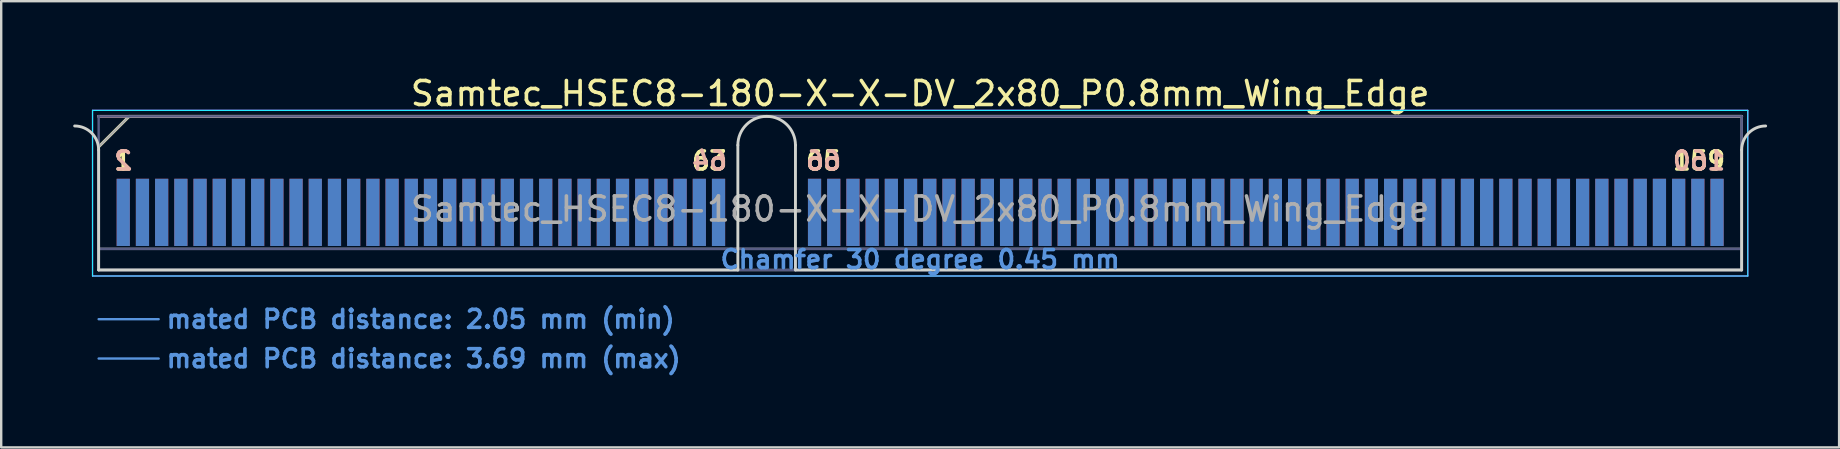
<source format=kicad_pcb>
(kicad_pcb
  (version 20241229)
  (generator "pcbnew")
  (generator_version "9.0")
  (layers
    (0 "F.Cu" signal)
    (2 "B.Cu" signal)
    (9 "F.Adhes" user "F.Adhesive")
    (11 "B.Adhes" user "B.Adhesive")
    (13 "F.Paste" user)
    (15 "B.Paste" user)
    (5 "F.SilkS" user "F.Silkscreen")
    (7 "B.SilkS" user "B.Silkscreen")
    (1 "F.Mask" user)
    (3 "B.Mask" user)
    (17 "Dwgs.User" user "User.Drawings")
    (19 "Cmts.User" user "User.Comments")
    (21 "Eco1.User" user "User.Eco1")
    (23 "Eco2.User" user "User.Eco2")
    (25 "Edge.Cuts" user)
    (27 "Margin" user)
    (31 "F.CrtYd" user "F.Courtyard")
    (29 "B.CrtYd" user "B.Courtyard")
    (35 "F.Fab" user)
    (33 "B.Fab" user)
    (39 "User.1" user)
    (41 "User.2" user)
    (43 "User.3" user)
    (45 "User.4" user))
  (footprint "Samtec_HSEC8-180-X-X-DV_2x80_P0.8mm_Wing_Edge"
    (layer "F.Cu")
    (at 35.285 8.198)
    (property "Reference" "Samtec_HSEC8-180-X-X-DV_2x80_P0.8mm_Wing_Edge" (at 0 -7.35 0) (layer "F.SilkS") (effects (font (size 1 1) (thickness 0.15))))
    (attr exclude_from_pos_files exclude_from_bom)
    (fp_line (start -34.225 -5.13) (end -32.955 -6.4) (stroke (width 0.12) (type solid)) (layer "F.SilkS"))
    (fp_line (start -32.955 -6.4) (end 34.225 -6.4) (stroke (width 0.12) (type solid)) (layer "F.SilkS"))
    (fp_line (start -34.225 -6.4) (end -34.225 -6.4) (stroke (width 0.12) (type solid)) (layer "B.SilkS"))
    (fp_line (start -34.225 -6.4) (end 34.225 -6.4) (stroke (width 0.12) (type solid)) (layer "B.SilkS"))
    (fp_line (start -34.225 2.05) (end -31.725 2.05) (stroke (width 0.1) (type solid)) (layer "Cmts.User"))
    (fp_line (start -34.225 3.69) (end -31.725 3.69) (stroke (width 0.1) (type solid)) (layer "Cmts.User"))
    (fp_line (start -34.225 -5) (end -34.225 0) (stroke (width 0.12) (type solid)) (layer "Edge.Cuts"))
    (fp_line (start -34.225 0) (end -7.595 0) (stroke (width 0.12) (type solid)) (layer "Edge.Cuts"))
    (fp_line (start -7.595 0) (end -7.595 -5.2) (stroke (width 0.12) (type solid)) (layer "Edge.Cuts"))
    (fp_line (start -5.195 -5.2) (end -5.195 0) (stroke (width 0.12) (type solid)) (layer "Edge.Cuts"))
    (fp_line (start -5.195 0) (end 34.225 0) (stroke (width 0.12) (type solid)) (layer "Edge.Cuts"))
    (fp_line (start 34.225 0) (end 34.225 -5) (stroke (width 0.12) (type solid)) (layer "Edge.Cuts"))
    (fp_arc (start -35.225 -6) (mid -34.517893 -5.707107) (end -34.225 -5) (stroke (width 0.12) (type solid)) (layer "Edge.Cuts"))
    (fp_arc (start -7.595 -5.2) (mid -6.395 -6.4) (end -5.195 -5.2) (stroke (width 0.12) (type solid)) (layer "Edge.Cuts"))
    (fp_arc (start 34.225 -5) (mid 34.517893 -5.707107) (end 35.225 -6) (stroke (width 0.12) (type solid)) (layer "Edge.Cuts"))
    (fp_line (start -34.48 -6.65) (end -34.48 0.25) (stroke (width 0.05) (type solid)) (layer "B.CrtYd"))
    (fp_line (start -34.48 0.25) (end 34.48 0.25) (stroke (width 0.05) (type solid)) (layer "B.CrtYd"))
    (fp_line (start 34.48 -6.65) (end -34.48 -6.65) (stroke (width 0.05) (type solid)) (layer "B.CrtYd"))
    (fp_line (start 34.48 0.25) (end 34.48 -6.65) (stroke (width 0.05) (type solid)) (layer "B.CrtYd"))
    (fp_line (start -34.48 -6.65) (end -34.48 0.25) (stroke (width 0.05) (type solid)) (layer "F.CrtYd"))
    (fp_line (start -34.48 0.25) (end 34.48 0.25) (stroke (width 0.05) (type solid)) (layer "F.CrtYd"))
    (fp_line (start 34.48 -6.65) (end -34.48 -6.65) (stroke (width 0.05) (type solid)) (layer "F.CrtYd"))
    (fp_line (start 34.48 0.25) (end 34.48 -6.65) (stroke (width 0.05) (type solid)) (layer "F.CrtYd"))
    (fp_line (start -34.225 -6.4) (end -34.225 -6.4) (stroke (width 0.1) (type solid)) (layer "B.Fab"))
    (fp_line (start -34.225 -6.4) (end -34.225 0) (stroke (width 0.1) (type solid)) (layer "B.Fab"))
    (fp_line (start -34.225 -6.4) (end 34.225 -6.4) (stroke (width 0.1) (type solid)) (layer "B.Fab"))
    (fp_line (start -34.225 -0.88) (end 34.225 -0.88) (stroke (width 0.1) (type solid)) (layer "B.Fab"))
    (fp_line (start -34.225 0) (end 34.225 0) (stroke (width 0.1) (type solid)) (layer "B.Fab"))
    (fp_line (start 34.225 -6.4) (end 34.225 0) (stroke (width 0.1) (type solid)) (layer "B.Fab"))
    (fp_line (start -34.225 -5.13) (end -34.225 0) (stroke (width 0.1) (type solid)) (layer "F.Fab"))
    (fp_line (start -34.225 -5.13) (end -32.955 -6.4) (stroke (width 0.1) (type solid)) (layer "F.Fab"))
    (fp_line (start -34.225 -0.88) (end 34.225 -0.88) (stroke (width 0.1) (type solid)) (layer "F.Fab"))
    (fp_line (start -34.225 0) (end 34.225 0) (stroke (width 0.1) (type solid)) (layer "F.Fab"))
    (fp_line (start -32.955 -6.4) (end 34.225 -6.4) (stroke (width 0.1) (type solid)) (layer "F.Fab"))
    (fp_line (start 34.225 -6.4) (end 34.225 0) (stroke (width 0.1) (type solid)) (layer "F.Fab"))
    (fp_text user "159" (at 32.45 -4.55 0) (layer "F.SilkS") (effects (font (size 0.75 0.75) (thickness 0.15))))
    (fp_text user "65" (at -4.025 -4.55 0) (layer "F.SilkS") (effects (font (size 0.75 0.75) (thickness 0.15))))
    (fp_text user "63" (at -8.775 -4.55 0) (layer "F.SilkS") (effects (font (size 0.75 0.75) (thickness 0.15))))
    (fp_text user "1" (at -33.2 -4.55 0) (layer "F.SilkS") (effects (font (size 0.75 0.75) (thickness 0.15))))
    (fp_text user "2" (at -33.2 -4.55 0) (layer "B.SilkS") (effects (font (size 0.75 0.75) (thickness 0.15)) (justify mirror)))
    (fp_text user "160" (at 32.45 -4.55 0) (layer "B.SilkS") (effects (font (size 0.75 0.75) (thickness 0.15)) (justify mirror)))
    (fp_text user "64" (at -8.775 -4.55 0) (layer "B.SilkS") (effects (font (size 0.75 0.75) (thickness 0.15)) (justify mirror)))
    (fp_text user "66" (at -4.025 -4.55 0) (layer "B.SilkS") (effects (font (size 0.75 0.75) (thickness 0.15)) (justify mirror)))
    (fp_text user "mated PCB distance: 2.05 mm (min)" (at -31.48 2.05 0) (layer "Cmts.User") (effects (font (size 0.75 0.75) (thickness 0.15)) (justify left)))
    (fp_text user "mated PCB distance: 3.69 mm (max)" (at -31.48 3.69 0) (layer "Cmts.User") (effects (font (size 0.75 0.75) (thickness 0.15)) (justify left)))
    (fp_text user "Chamfer 30 degree 0.45 mm" (at 0 -0.44 0) (layer "Cmts.User") (effects (font (size 0.75 0.75) (thickness 0.15))))
    (fp_text user "${REFERENCE}" (at 0 -2.54 0) (layer "F.Fab") (effects (font (size 1 1) (thickness 0.15))))
    (pad "1" connect rect (at -33.2 -2.4) (size 0.55 2.8) (layers "F.Cu" "F.Mask"))
    (pad "2" connect rect (at -33.2 -2.4) (size 0.55 2.8) (layers "B.Cu" "B.Mask"))
    (pad "3" connect rect (at -32.4 -2.4) (size 0.55 2.8) (layers "F.Cu" "F.Mask"))
    (pad "4" connect rect (at -32.4 -2.4) (size 0.55 2.8) (layers "B.Cu" "B.Mask"))
    (pad "5" connect rect (at -31.6 -2.4) (size 0.55 2.8) (layers "F.Cu" "F.Mask"))
    (pad "6" connect rect (at -31.6 -2.4) (size 0.55 2.8) (layers "B.Cu" "B.Mask"))
    (pad "7" connect rect (at -30.8 -2.4) (size 0.55 2.8) (layers "F.Cu" "F.Mask"))
    (pad "8" connect rect (at -30.8 -2.4) (size 0.55 2.8) (layers "B.Cu" "B.Mask"))
    (pad "9" connect rect (at -30 -2.4) (size 0.55 2.8) (layers "F.Cu" "F.Mask"))
    (pad "10" connect rect (at -30 -2.4) (size 0.55 2.8) (layers "B.Cu" "B.Mask"))
    (pad "11" connect rect (at -29.2 -2.4) (size 0.55 2.8) (layers "F.Cu" "F.Mask"))
    (pad "12" connect rect (at -29.2 -2.4) (size 0.55 2.8) (layers "B.Cu" "B.Mask"))
    (pad "13" connect rect (at -28.4 -2.4) (size 0.55 2.8) (layers "F.Cu" "F.Mask"))
    (pad "14" connect rect (at -28.4 -2.4) (size 0.55 2.8) (layers "B.Cu" "B.Mask"))
    (pad "15" connect rect (at -27.6 -2.4) (size 0.55 2.8) (layers "F.Cu" "F.Mask"))
    (pad "16" connect rect (at -27.6 -2.4) (size 0.55 2.8) (layers "B.Cu" "B.Mask"))
    (pad "17" connect rect (at -26.8 -2.4) (size 0.55 2.8) (layers "F.Cu" "F.Mask"))
    (pad "18" connect rect (at -26.8 -2.4) (size 0.55 2.8) (layers "B.Cu" "B.Mask"))
    (pad "19" connect rect (at -26 -2.4) (size 0.55 2.8) (layers "F.Cu" "F.Mask"))
    (pad "20" connect rect (at -26 -2.4) (size 0.55 2.8) (layers "B.Cu" "B.Mask"))
    (pad "21" connect rect (at -25.2 -2.4) (size 0.55 2.8) (layers "F.Cu" "F.Mask"))
    (pad "22" connect rect (at -25.2 -2.4) (size 0.55 2.8) (layers "B.Cu" "B.Mask"))
    (pad "23" connect rect (at -24.4 -2.4) (size 0.55 2.8) (layers "F.Cu" "F.Mask"))
    (pad "24" connect rect (at -24.4 -2.4) (size 0.55 2.8) (layers "B.Cu" "B.Mask"))
    (pad "25" connect rect (at -23.6 -2.4) (size 0.55 2.8) (layers "F.Cu" "F.Mask"))
    (pad "26" connect rect (at -23.6 -2.4) (size 0.55 2.8) (layers "B.Cu" "B.Mask"))
    (pad "27" connect rect (at -22.8 -2.4) (size 0.55 2.8) (layers "F.Cu" "F.Mask"))
    (pad "28" connect rect (at -22.8 -2.4) (size 0.55 2.8) (layers "B.Cu" "B.Mask"))
    (pad "29" connect rect (at -22 -2.4) (size 0.55 2.8) (layers "F.Cu" "F.Mask"))
    (pad "30" connect rect (at -22 -2.4) (size 0.55 2.8) (layers "B.Cu" "B.Mask"))
    (pad "31" connect rect (at -21.2 -2.4) (size 0.55 2.8) (layers "F.Cu" "F.Mask"))
    (pad "32" connect rect (at -21.2 -2.4) (size 0.55 2.8) (layers "B.Cu" "B.Mask"))
    (pad "33" connect rect (at -20.4 -2.4) (size 0.55 2.8) (layers "F.Cu" "F.Mask"))
    (pad "34" connect rect (at -20.4 -2.4) (size 0.55 2.8) (layers "B.Cu" "B.Mask"))
    (pad "35" connect rect (at -19.6 -2.4) (size 0.55 2.8) (layers "F.Cu" "F.Mask"))
    (pad "36" connect rect (at -19.6 -2.4) (size 0.55 2.8) (layers "B.Cu" "B.Mask"))
    (pad "37" connect rect (at -18.8 -2.4) (size 0.55 2.8) (layers "F.Cu" "F.Mask"))
    (pad "38" connect rect (at -18.8 -2.4) (size 0.55 2.8) (layers "B.Cu" "B.Mask"))
    (pad "39" connect rect (at -18 -2.4) (size 0.55 2.8) (layers "F.Cu" "F.Mask"))
    (pad "40" connect rect (at -18 -2.4) (size 0.55 2.8) (layers "B.Cu" "B.Mask"))
    (pad "41" connect rect (at -17.2 -2.4) (size 0.55 2.8) (layers "F.Cu" "F.Mask"))
    (pad "42" connect rect (at -17.2 -2.4) (size 0.55 2.8) (layers "B.Cu" "B.Mask"))
    (pad "43" connect rect (at -16.4 -2.4) (size 0.55 2.8) (layers "F.Cu" "F.Mask"))
    (pad "44" connect rect (at -16.4 -2.4) (size 0.55 2.8) (layers "B.Cu" "B.Mask"))
    (pad "45" connect rect (at -15.6 -2.4) (size 0.55 2.8) (layers "F.Cu" "F.Mask"))
    (pad "46" connect rect (at -15.6 -2.4) (size 0.55 2.8) (layers "B.Cu" "B.Mask"))
    (pad "47" connect rect (at -14.8 -2.4) (size 0.55 2.8) (layers "F.Cu" "F.Mask"))
    (pad "48" connect rect (at -14.8 -2.4) (size 0.55 2.8) (layers "B.Cu" "B.Mask"))
    (pad "49" connect rect (at -14 -2.4) (size 0.55 2.8) (layers "F.Cu" "F.Mask"))
    (pad "50" connect rect (at -14 -2.4) (size 0.55 2.8) (layers "B.Cu" "B.Mask"))
    (pad "51" connect rect (at -13.2 -2.4) (size 0.55 2.8) (layers "F.Cu" "F.Mask"))
    (pad "52" connect rect (at -13.2 -2.4) (size 0.55 2.8) (layers "B.Cu" "B.Mask"))
    (pad "53" connect rect (at -12.4 -2.4) (size 0.55 2.8) (layers "F.Cu" "F.Mask"))
    (pad "54" connect rect (at -12.4 -2.4) (size 0.55 2.8) (layers "B.Cu" "B.Mask"))
    (pad "55" connect rect (at -11.6 -2.4) (size 0.55 2.8) (layers "F.Cu" "F.Mask"))
    (pad "56" connect rect (at -11.6 -2.4) (size 0.55 2.8) (layers "B.Cu" "B.Mask"))
    (pad "57" connect rect (at -10.8 -2.4) (size 0.55 2.8) (layers "F.Cu" "F.Mask"))
    (pad "58" connect rect (at -10.8 -2.4) (size 0.55 2.8) (layers "B.Cu" "B.Mask"))
    (pad "59" connect rect (at -10 -2.4) (size 0.55 2.8) (layers "F.Cu" "F.Mask"))
    (pad "60" connect rect (at -10 -2.4) (size 0.55 2.8) (layers "B.Cu" "B.Mask"))
    (pad "61" connect rect (at -9.2 -2.4) (size 0.55 2.8) (layers "F.Cu" "F.Mask"))
    (pad "62" connect rect (at -9.2 -2.4) (size 0.55 2.8) (layers "B.Cu" "B.Mask"))
    (pad "63" connect rect (at -8.4 -2.4) (size 0.55 2.8) (layers "F.Cu" "F.Mask"))
    (pad "64" connect rect (at -8.4 -2.4) (size 0.55 2.8) (layers "B.Cu" "B.Mask"))
    (pad "65" connect rect (at -4.4 -2.4) (size 0.55 2.8) (layers "F.Cu" "F.Mask"))
    (pad "66" connect rect (at -4.4 -2.4) (size 0.55 2.8) (layers "B.Cu" "B.Mask"))
    (pad "67" connect rect (at -3.6 -2.4) (size 0.55 2.8) (layers "F.Cu" "F.Mask"))
    (pad "68" connect rect (at -3.6 -2.4) (size 0.55 2.8) (layers "B.Cu" "B.Mask"))
    (pad "69" connect rect (at -2.8 -2.4) (size 0.55 2.8) (layers "F.Cu" "F.Mask"))
    (pad "70" connect rect (at -2.8 -2.4) (size 0.55 2.8) (layers "B.Cu" "B.Mask"))
    (pad "71" connect rect (at -2 -2.4) (size 0.55 2.8) (layers "F.Cu" "F.Mask"))
    (pad "72" connect rect (at -2 -2.4) (size 0.55 2.8) (layers "B.Cu" "B.Mask"))
    (pad "73" connect rect (at -1.2 -2.4) (size 0.55 2.8) (layers "F.Cu" "F.Mask"))
    (pad "74" connect rect (at -1.2 -2.4) (size 0.55 2.8) (layers "B.Cu" "B.Mask"))
    (pad "75" connect rect (at -0.4 -2.4) (size 0.55 2.8) (layers "F.Cu" "F.Mask"))
    (pad "76" connect rect (at -0.4 -2.4) (size 0.55 2.8) (layers "B.Cu" "B.Mask"))
    (pad "77" connect rect (at 0.4 -2.4) (size 0.55 2.8) (layers "F.Cu" "F.Mask"))
    (pad "78" connect rect (at 0.4 -2.4) (size 0.55 2.8) (layers "B.Cu" "B.Mask"))
    (pad "79" connect rect (at 1.2 -2.4) (size 0.55 2.8) (layers "F.Cu" "F.Mask"))
    (pad "80" connect rect (at 1.2 -2.4) (size 0.55 2.8) (layers "B.Cu" "B.Mask"))
    (pad "81" connect rect (at 2 -2.4) (size 0.55 2.8) (layers "F.Cu" "F.Mask"))
    (pad "82" connect rect (at 2 -2.4) (size 0.55 2.8) (layers "B.Cu" "B.Mask"))
    (pad "83" connect rect (at 2.8 -2.4) (size 0.55 2.8) (layers "F.Cu" "F.Mask"))
    (pad "84" connect rect (at 2.8 -2.4) (size 0.55 2.8) (layers "B.Cu" "B.Mask"))
    (pad "85" connect rect (at 3.6 -2.4) (size 0.55 2.8) (layers "F.Cu" "F.Mask"))
    (pad "86" connect rect (at 3.6 -2.4) (size 0.55 2.8) (layers "B.Cu" "B.Mask"))
    (pad "87" connect rect (at 4.4 -2.4) (size 0.55 2.8) (layers "F.Cu" "F.Mask"))
    (pad "88" connect rect (at 4.4 -2.4) (size 0.55 2.8) (layers "B.Cu" "B.Mask"))
    (pad "89" connect rect (at 5.2 -2.4) (size 0.55 2.8) (layers "F.Cu" "F.Mask"))
    (pad "90" connect rect (at 5.2 -2.4) (size 0.55 2.8) (layers "B.Cu" "B.Mask"))
    (pad "91" connect rect (at 6 -2.4) (size 0.55 2.8) (layers "F.Cu" "F.Mask"))
    (pad "92" connect rect (at 6 -2.4) (size 0.55 2.8) (layers "B.Cu" "B.Mask"))
    (pad "93" connect rect (at 6.8 -2.4) (size 0.55 2.8) (layers "F.Cu" "F.Mask"))
    (pad "94" connect rect (at 6.8 -2.4) (size 0.55 2.8) (layers "B.Cu" "B.Mask"))
    (pad "95" connect rect (at 7.6 -2.4) (size 0.55 2.8) (layers "F.Cu" "F.Mask"))
    (pad "96" connect rect (at 7.6 -2.4) (size 0.55 2.8) (layers "B.Cu" "B.Mask"))
    (pad "97" connect rect (at 8.4 -2.4) (size 0.55 2.8) (layers "F.Cu" "F.Mask"))
    (pad "98" connect rect (at 8.4 -2.4) (size 0.55 2.8) (layers "B.Cu" "B.Mask"))
    (pad "99" connect rect (at 9.2 -2.4) (size 0.55 2.8) (layers "F.Cu" "F.Mask"))
    (pad "100" connect rect (at 9.2 -2.4) (size 0.55 2.8) (layers "B.Cu" "B.Mask"))
    (pad "101" connect rect (at 10 -2.4) (size 0.55 2.8) (layers "F.Cu" "F.Mask"))
    (pad "102" connect rect (at 10 -2.4) (size 0.55 2.8) (layers "B.Cu" "B.Mask"))
    (pad "103" connect rect (at 10.8 -2.4) (size 0.55 2.8) (layers "F.Cu" "F.Mask"))
    (pad "104" connect rect (at 10.8 -2.4) (size 0.55 2.8) (layers "B.Cu" "B.Mask"))
    (pad "105" connect rect (at 11.6 -2.4) (size 0.55 2.8) (layers "F.Cu" "F.Mask"))
    (pad "106" connect rect (at 11.6 -2.4) (size 0.55 2.8) (layers "B.Cu" "B.Mask"))
    (pad "107" connect rect (at 12.4 -2.4) (size 0.55 2.8) (layers "F.Cu" "F.Mask"))
    (pad "108" connect rect (at 12.4 -2.4) (size 0.55 2.8) (layers "B.Cu" "B.Mask"))
    (pad "109" connect rect (at 13.2 -2.4) (size 0.55 2.8) (layers "F.Cu" "F.Mask"))
    (pad "110" connect rect (at 13.2 -2.4) (size 0.55 2.8) (layers "B.Cu" "B.Mask"))
    (pad "111" connect rect (at 14 -2.4) (size 0.55 2.8) (layers "F.Cu" "F.Mask"))
    (pad "112" connect rect (at 14 -2.4) (size 0.55 2.8) (layers "B.Cu" "B.Mask"))
    (pad "113" connect rect (at 14.8 -2.4) (size 0.55 2.8) (layers "F.Cu" "F.Mask"))
    (pad "114" connect rect (at 14.8 -2.4) (size 0.55 2.8) (layers "B.Cu" "B.Mask"))
    (pad "115" connect rect (at 15.6 -2.4) (size 0.55 2.8) (layers "F.Cu" "F.Mask"))
    (pad "116" connect rect (at 15.6 -2.4) (size 0.55 2.8) (layers "B.Cu" "B.Mask"))
    (pad "117" connect rect (at 16.4 -2.4) (size 0.55 2.8) (layers "F.Cu" "F.Mask"))
    (pad "118" connect rect (at 16.4 -2.4) (size 0.55 2.8) (layers "B.Cu" "B.Mask"))
    (pad "119" connect rect (at 17.2 -2.4) (size 0.55 2.8) (layers "F.Cu" "F.Mask"))
    (pad "120" connect rect (at 17.2 -2.4) (size 0.55 2.8) (layers "B.Cu" "B.Mask"))
    (pad "121" connect rect (at 18 -2.4) (size 0.55 2.8) (layers "F.Cu" "F.Mask"))
    (pad "122" connect rect (at 18 -2.4) (size 0.55 2.8) (layers "B.Cu" "B.Mask"))
    (pad "123" connect rect (at 18.8 -2.4) (size 0.55 2.8) (layers "F.Cu" "F.Mask"))
    (pad "124" connect rect (at 18.8 -2.4) (size 0.55 2.8) (layers "B.Cu" "B.Mask"))
    (pad "125" connect rect (at 19.6 -2.4) (size 0.55 2.8) (layers "F.Cu" "F.Mask"))
    (pad "126" connect rect (at 19.6 -2.4) (size 0.55 2.8) (layers "B.Cu" "B.Mask"))
    (pad "127" connect rect (at 20.4 -2.4) (size 0.55 2.8) (layers "F.Cu" "F.Mask"))
    (pad "128" connect rect (at 20.4 -2.4) (size 0.55 2.8) (layers "B.Cu" "B.Mask"))
    (pad "129" connect rect (at 21.2 -2.4) (size 0.55 2.8) (layers "F.Cu" "F.Mask"))
    (pad "130" connect rect (at 21.2 -2.4) (size 0.55 2.8) (layers "B.Cu" "B.Mask"))
    (pad "131" connect rect (at 22 -2.4) (size 0.55 2.8) (layers "F.Cu" "F.Mask"))
    (pad "132" connect rect (at 22 -2.4) (size 0.55 2.8) (layers "B.Cu" "B.Mask"))
    (pad "133" connect rect (at 22.8 -2.4) (size 0.55 2.8) (layers "F.Cu" "F.Mask"))
    (pad "134" connect rect (at 22.8 -2.4) (size 0.55 2.8) (layers "B.Cu" "B.Mask"))
    (pad "135" connect rect (at 23.6 -2.4) (size 0.55 2.8) (layers "F.Cu" "F.Mask"))
    (pad "136" connect rect (at 23.6 -2.4) (size 0.55 2.8) (layers "B.Cu" "B.Mask"))
    (pad "137" connect rect (at 24.4 -2.4) (size 0.55 2.8) (layers "F.Cu" "F.Mask"))
    (pad "138" connect rect (at 24.4 -2.4) (size 0.55 2.8) (layers "B.Cu" "B.Mask"))
    (pad "139" connect rect (at 25.2 -2.4) (size 0.55 2.8) (layers "F.Cu" "F.Mask"))
    (pad "140" connect rect (at 25.2 -2.4) (size 0.55 2.8) (layers "B.Cu" "B.Mask"))
    (pad "141" connect rect (at 26 -2.4) (size 0.55 2.8) (layers "F.Cu" "F.Mask"))
    (pad "142" connect rect (at 26 -2.4) (size 0.55 2.8) (layers "B.Cu" "B.Mask"))
    (pad "143" connect rect (at 26.8 -2.4) (size 0.55 2.8) (layers "F.Cu" "F.Mask"))
    (pad "144" connect rect (at 26.8 -2.4) (size 0.55 2.8) (layers "B.Cu" "B.Mask"))
    (pad "145" connect rect (at 27.6 -2.4) (size 0.55 2.8) (layers "F.Cu" "F.Mask"))
    (pad "146" connect rect (at 27.6 -2.4) (size 0.55 2.8) (layers "B.Cu" "B.Mask"))
    (pad "147" connect rect (at 28.4 -2.4) (size 0.55 2.8) (layers "F.Cu" "F.Mask"))
    (pad "148" connect rect (at 28.4 -2.4) (size 0.55 2.8) (layers "B.Cu" "B.Mask"))
    (pad "149" connect rect (at 29.2 -2.4) (size 0.55 2.8) (layers "F.Cu" "F.Mask"))
    (pad "150" connect rect (at 29.2 -2.4) (size 0.55 2.8) (layers "B.Cu" "B.Mask"))
    (pad "151" connect rect (at 30 -2.4) (size 0.55 2.8) (layers "F.Cu" "F.Mask"))
    (pad "152" connect rect (at 30 -2.4) (size 0.55 2.8) (layers "B.Cu" "B.Mask"))
    (pad "153" connect rect (at 30.8 -2.4) (size 0.55 2.8) (layers "F.Cu" "F.Mask"))
    (pad "154" connect rect (at 30.8 -2.4) (size 0.55 2.8) (layers "B.Cu" "B.Mask"))
    (pad "155" connect rect (at 31.6 -2.4) (size 0.55 2.8) (layers "F.Cu" "F.Mask"))
    (pad "156" connect rect (at 31.6 -2.4) (size 0.55 2.8) (layers "B.Cu" "B.Mask"))
    (pad "157" connect rect (at 32.4 -2.4) (size 0.55 2.8) (layers "F.Cu" "F.Mask"))
    (pad "158" connect rect (at 32.4 -2.4) (size 0.55 2.8) (layers "B.Cu" "B.Mask"))
    (pad "159" connect rect (at 33.2 -2.4) (size 0.55 2.8) (layers "F.Cu" "F.Mask"))
    (pad "160" connect rect (at 33.2 -2.4) (size 0.55 2.8) (layers "B.Cu" "B.Mask")))
  (gr_rect
    (start -3 -3)
    (end 73.57 15.59)
    (stroke (width 0.1) (type default))
    (fill no)
    (layer "Edge.Cuts")))
</source>
